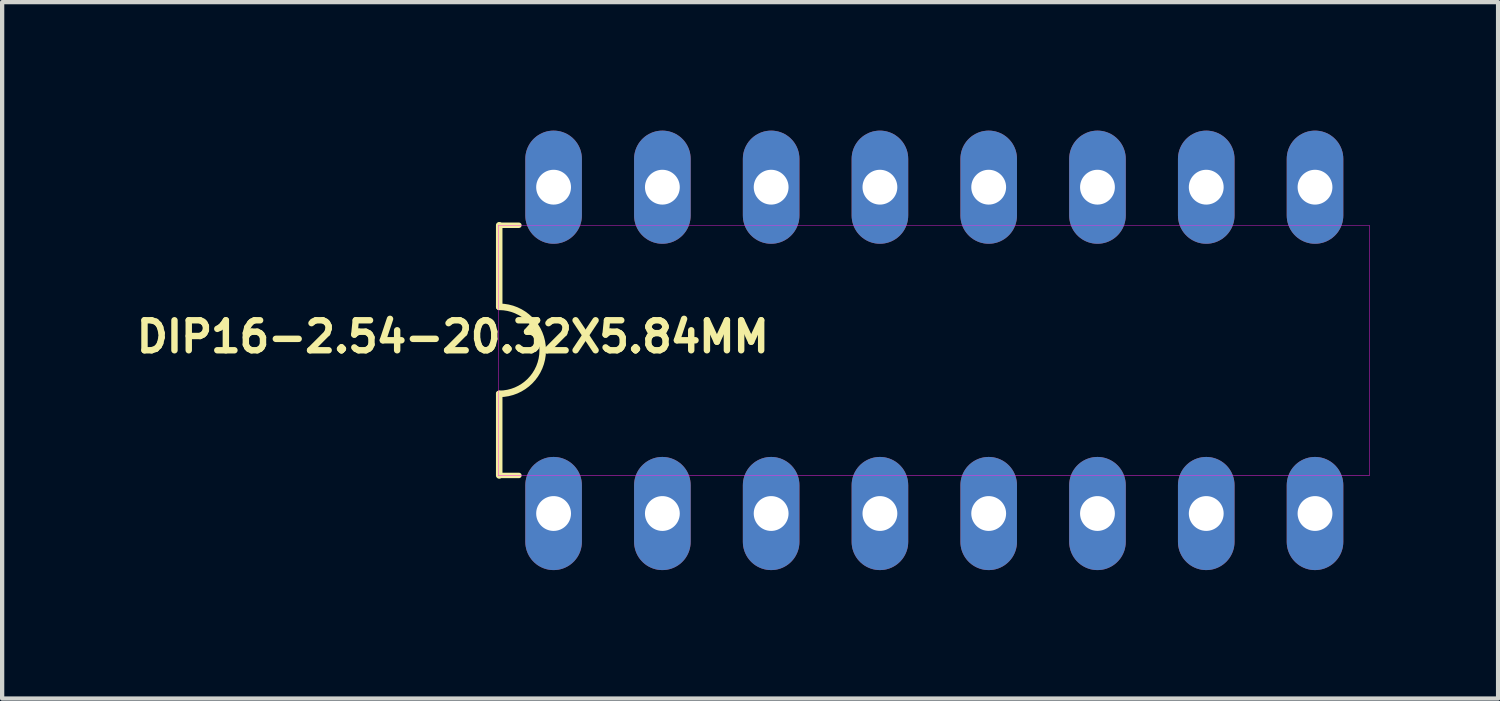
<source format=kicad_pcb>
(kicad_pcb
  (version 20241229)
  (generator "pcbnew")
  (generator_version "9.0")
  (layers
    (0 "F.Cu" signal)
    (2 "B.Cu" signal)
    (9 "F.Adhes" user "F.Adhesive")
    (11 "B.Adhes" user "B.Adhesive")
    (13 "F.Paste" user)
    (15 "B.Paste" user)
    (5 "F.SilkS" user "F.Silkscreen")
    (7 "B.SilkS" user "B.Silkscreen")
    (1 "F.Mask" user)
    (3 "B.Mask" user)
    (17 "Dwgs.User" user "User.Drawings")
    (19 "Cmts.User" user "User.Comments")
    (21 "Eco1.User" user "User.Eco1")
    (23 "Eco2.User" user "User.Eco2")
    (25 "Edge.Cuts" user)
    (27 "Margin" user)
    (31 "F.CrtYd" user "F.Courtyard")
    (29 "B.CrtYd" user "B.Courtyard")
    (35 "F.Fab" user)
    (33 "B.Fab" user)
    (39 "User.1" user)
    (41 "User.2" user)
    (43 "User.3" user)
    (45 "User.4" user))
  (footprint "DIP16-2.54-20.32X5.84MM"
    (layer "F.Cu")
    (at 18.767 5.131)
    (property "Reference" "DIP16-2.54-20.32X5.84MM" (at -11.243 -0.318 180) (layer "F.SilkS") (effects (font (size 0.7 0.7) (thickness 0.15))))
    (attr through_hole)
    (fp_line (start -10.16 -2.921) (end -10.16 -1.016) (stroke (width 0.152) (type solid)) (layer "F.SilkS"))
    (fp_line (start -10.16 -2.921) (end -9.7 -2.921) (stroke (width 0.127) (type solid)) (layer "F.SilkS"))
    (fp_line (start -10.16 2.921) (end -10.16 1.016) (stroke (width 0.152) (type solid)) (layer "F.SilkS"))
    (fp_line (start -10.16 2.921) (end -9.7 2.921) (stroke (width 0.127) (type solid)) (layer "F.SilkS"))
    (fp_arc (start -10.16 -1.016) (mid -9.144 0) (end -10.16 1.016) (stroke (width 0.1524) (type solid)) (layer "F.SilkS"))
    (fp_poly (pts (xy -10.18 -2.921) (xy 10.16 -2.921) (xy 10.16 2.927) (xy -10.18 2.927)) (stroke (width 0.01) (type solid)) (fill no) (layer "F.CrtYd"))
    (pad "1" thru_hole oval (at -8.89 3.81) (size 1.321 2.642) (drill 0.813) (layers "*.Cu" "*.Mask"))
    (pad "2" thru_hole oval (at -6.35 3.81) (size 1.321 2.642) (drill 0.813) (layers "*.Cu" "*.Mask"))
    (pad "3" thru_hole oval (at -3.81 3.81) (size 1.321 2.642) (drill 0.813) (layers "*.Cu" "*.Mask"))
    (pad "4" thru_hole oval (at -1.27 3.81) (size 1.321 2.642) (drill 0.813) (layers "*.Cu" "*.Mask"))
    (pad "5" thru_hole oval (at 1.27 3.81) (size 1.321 2.642) (drill 0.813) (layers "*.Cu" "*.Mask"))
    (pad "6" thru_hole oval (at 3.81 3.81) (size 1.321 2.642) (drill 0.813) (layers "*.Cu" "*.Mask"))
    (pad "7" thru_hole oval (at 6.35 3.81) (size 1.321 2.642) (drill 0.813) (layers "*.Cu" "*.Mask"))
    (pad "8" thru_hole oval (at 8.89 3.81) (size 1.321 2.642) (drill 0.813) (layers "*.Cu" "*.Mask"))
    (pad "9" thru_hole oval (at 8.89 -3.81) (size 1.321 2.642) (drill 0.813) (layers "*.Cu" "*.Mask"))
    (pad "10" thru_hole oval (at 6.35 -3.81) (size 1.321 2.642) (drill 0.813) (layers "*.Cu" "*.Mask"))
    (pad "11" thru_hole oval (at 3.81 -3.81) (size 1.321 2.642) (drill 0.813) (layers "*.Cu" "*.Mask"))
    (pad "12" thru_hole oval (at 1.27 -3.81) (size 1.321 2.642) (drill 0.813) (layers "*.Cu" "*.Mask"))
    (pad "13" thru_hole oval (at -1.27 -3.81) (size 1.321 2.642) (drill 0.813) (layers "*.Cu" "*.Mask"))
    (pad "14" thru_hole oval (at -3.81 -3.81) (size 1.321 2.642) (drill 0.813) (layers "*.Cu" "*.Mask"))
    (pad "15" thru_hole oval (at -6.35 -3.81) (size 1.321 2.642) (drill 0.813) (layers "*.Cu" "*.Mask"))
    (pad "16" thru_hole oval (at -8.89 -3.81) (size 1.321 2.642) (drill 0.813) (layers "*.Cu" "*.Mask")))
  (gr_rect
    (start -3 -3)
    (end 31.932 13.262)
    (stroke (width 0.1) (type default))
    (fill no)
    (layer "Edge.Cuts")))
</source>
